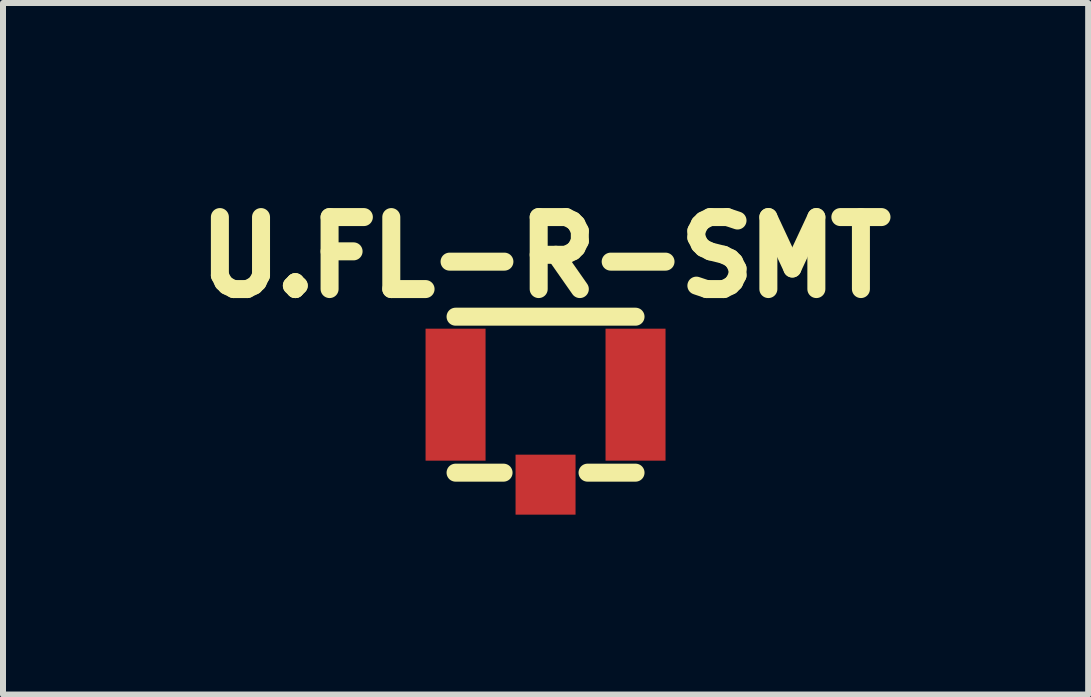
<source format=kicad_pcb>
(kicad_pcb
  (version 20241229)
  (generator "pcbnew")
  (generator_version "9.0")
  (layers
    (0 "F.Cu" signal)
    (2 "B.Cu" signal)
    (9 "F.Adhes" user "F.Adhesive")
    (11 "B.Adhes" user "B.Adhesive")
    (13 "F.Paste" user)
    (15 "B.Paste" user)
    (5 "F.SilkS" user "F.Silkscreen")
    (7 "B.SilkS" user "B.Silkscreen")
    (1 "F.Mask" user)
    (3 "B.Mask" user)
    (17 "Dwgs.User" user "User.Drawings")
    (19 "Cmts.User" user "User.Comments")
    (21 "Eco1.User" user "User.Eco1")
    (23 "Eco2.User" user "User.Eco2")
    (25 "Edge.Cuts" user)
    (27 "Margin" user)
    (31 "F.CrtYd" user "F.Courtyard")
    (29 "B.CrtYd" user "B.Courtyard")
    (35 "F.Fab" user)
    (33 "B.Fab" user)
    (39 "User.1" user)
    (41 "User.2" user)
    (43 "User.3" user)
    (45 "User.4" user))
  (footprint "U.FL-R-SMT"
    (layer "F.Cu")
    (at 6.044 3.529)
    (property "Reference" "U.FL-R-SMT" (at 0 -2.3 0) (layer "F.SilkS") (effects (font (size 1.2 1.2) (thickness 0.3))))
    (attr through_hole)
    (fp_line (start -1.5 1.3) (end -0.7 1.3) (stroke (width 0.3) (type solid)) (layer "F.SilkS"))
    (fp_line (start 0.7 1.3) (end 1.5 1.3) (stroke (width 0.3) (type solid)) (layer "F.SilkS"))
    (fp_line (start 1.5 -1.3) (end -1.5 -1.3) (stroke (width 0.3) (type solid)) (layer "F.SilkS"))
    (pad "1" smd rect (at 0 1.5) (size 1 1) (layers "F.Cu" "F.Mask" "F.Paste"))
    (pad "2" smd rect (at -1.5 0) (size 1 2.2) (layers "F.Cu" "F.Mask" "F.Paste"))
    (pad "2" smd rect (at 1.5 0) (size 1 2.2) (layers "F.Cu" "F.Mask" "F.Paste")))
  (gr_rect
    (start -3 -3)
    (end 15.089 8.528)
    (stroke (width 0.1) (type default))
    (fill no)
    (layer "Edge.Cuts")))
</source>
